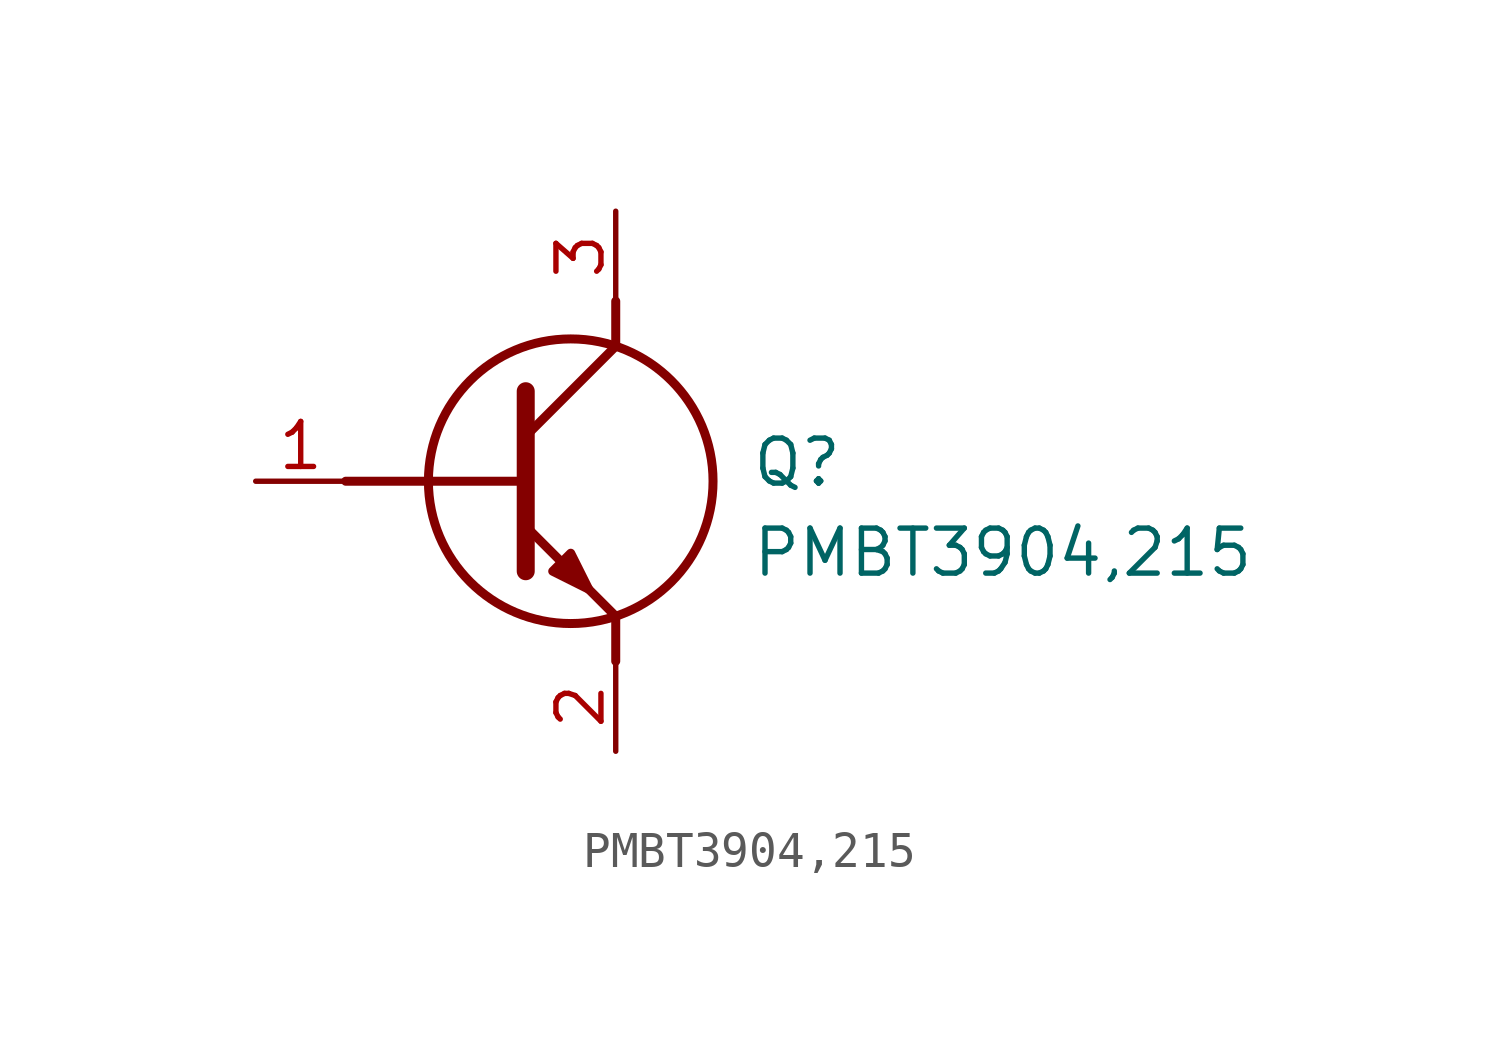
<source format=kicad_sym>
(kicad_symbol_lib
  (version 20211014)
  (generator SamacSys_ECAD_Model)
  (symbol "PMBT3904,215"
    (pin_names hide)
    (property "Reference" "Q"
      (at 13.97 1.27 0)
      (effects (font (size 1.27 1.27)) (justify left top)))
    (property "Value" "PMBT3904,215"
      (at 13.97 -1.27 0)
      (effects (font (size 1.27 1.27)) (justify left top)))
    (polyline
      (pts (xy 7.62 2.54) (xy 7.62 -2.54))
      (stroke (width 0.508) (type default))
      (fill (type none)))
    (polyline
      (pts (xy 7.62 1.27) (xy 10.16 3.81))
      (stroke (width 0.254) (type default))
      (fill (type none)))
    (polyline
      (pts (xy 7.62 -1.27) (xy 10.16 -3.81))
      (stroke (width 0.254) (type default))
      (fill (type none)))
    (polyline
      (pts (xy 10.16 -3.81) (xy 10.16 -5.08))
      (stroke (width 0.254) (type default))
      (fill (type none)))
    (polyline
      (pts (xy 10.16 3.81) (xy 10.16 5.08))
      (stroke (width 0.254) (type default))
      (fill (type none)))
    (polyline
      (pts (xy 2.54 0) (xy 7.62 0))
      (stroke (width 0.254) (type default))
      (fill (type none)))
    (circle
      (center 8.89 0)
      (radius 4.016)
      (stroke (width 0.254) (type default))
      (fill (type none)))
    (polyline
      (pts (xy 8.382 -2.54) (xy 8.89 -2.032) (xy 9.398 -3.048) (xy 8.382 -2.54))
      (stroke (width 0.254) (type default))
      (fill (type outline)))
    (pin passive line
      (at 0 0 0)
      (length 2.54)
      (name "B" (effects (font (size 1.27 1.27))))
      (number "1" (effects (font (size 1.27 1.27)))))
    (pin passive line
      (at 10.16 -7.62 90)
      (length 2.54)
      (name "E" (effects (font (size 1.27 1.27))))
      (number "2" (effects (font (size 1.27 1.27)))))
    (pin passive line
      (at 10.16 7.62 270)
      (length 2.54)
      (name "C" (effects (font (size 1.27 1.27))))
      (number "3" (effects (font (size 1.27 1.27)))))))
</source>
